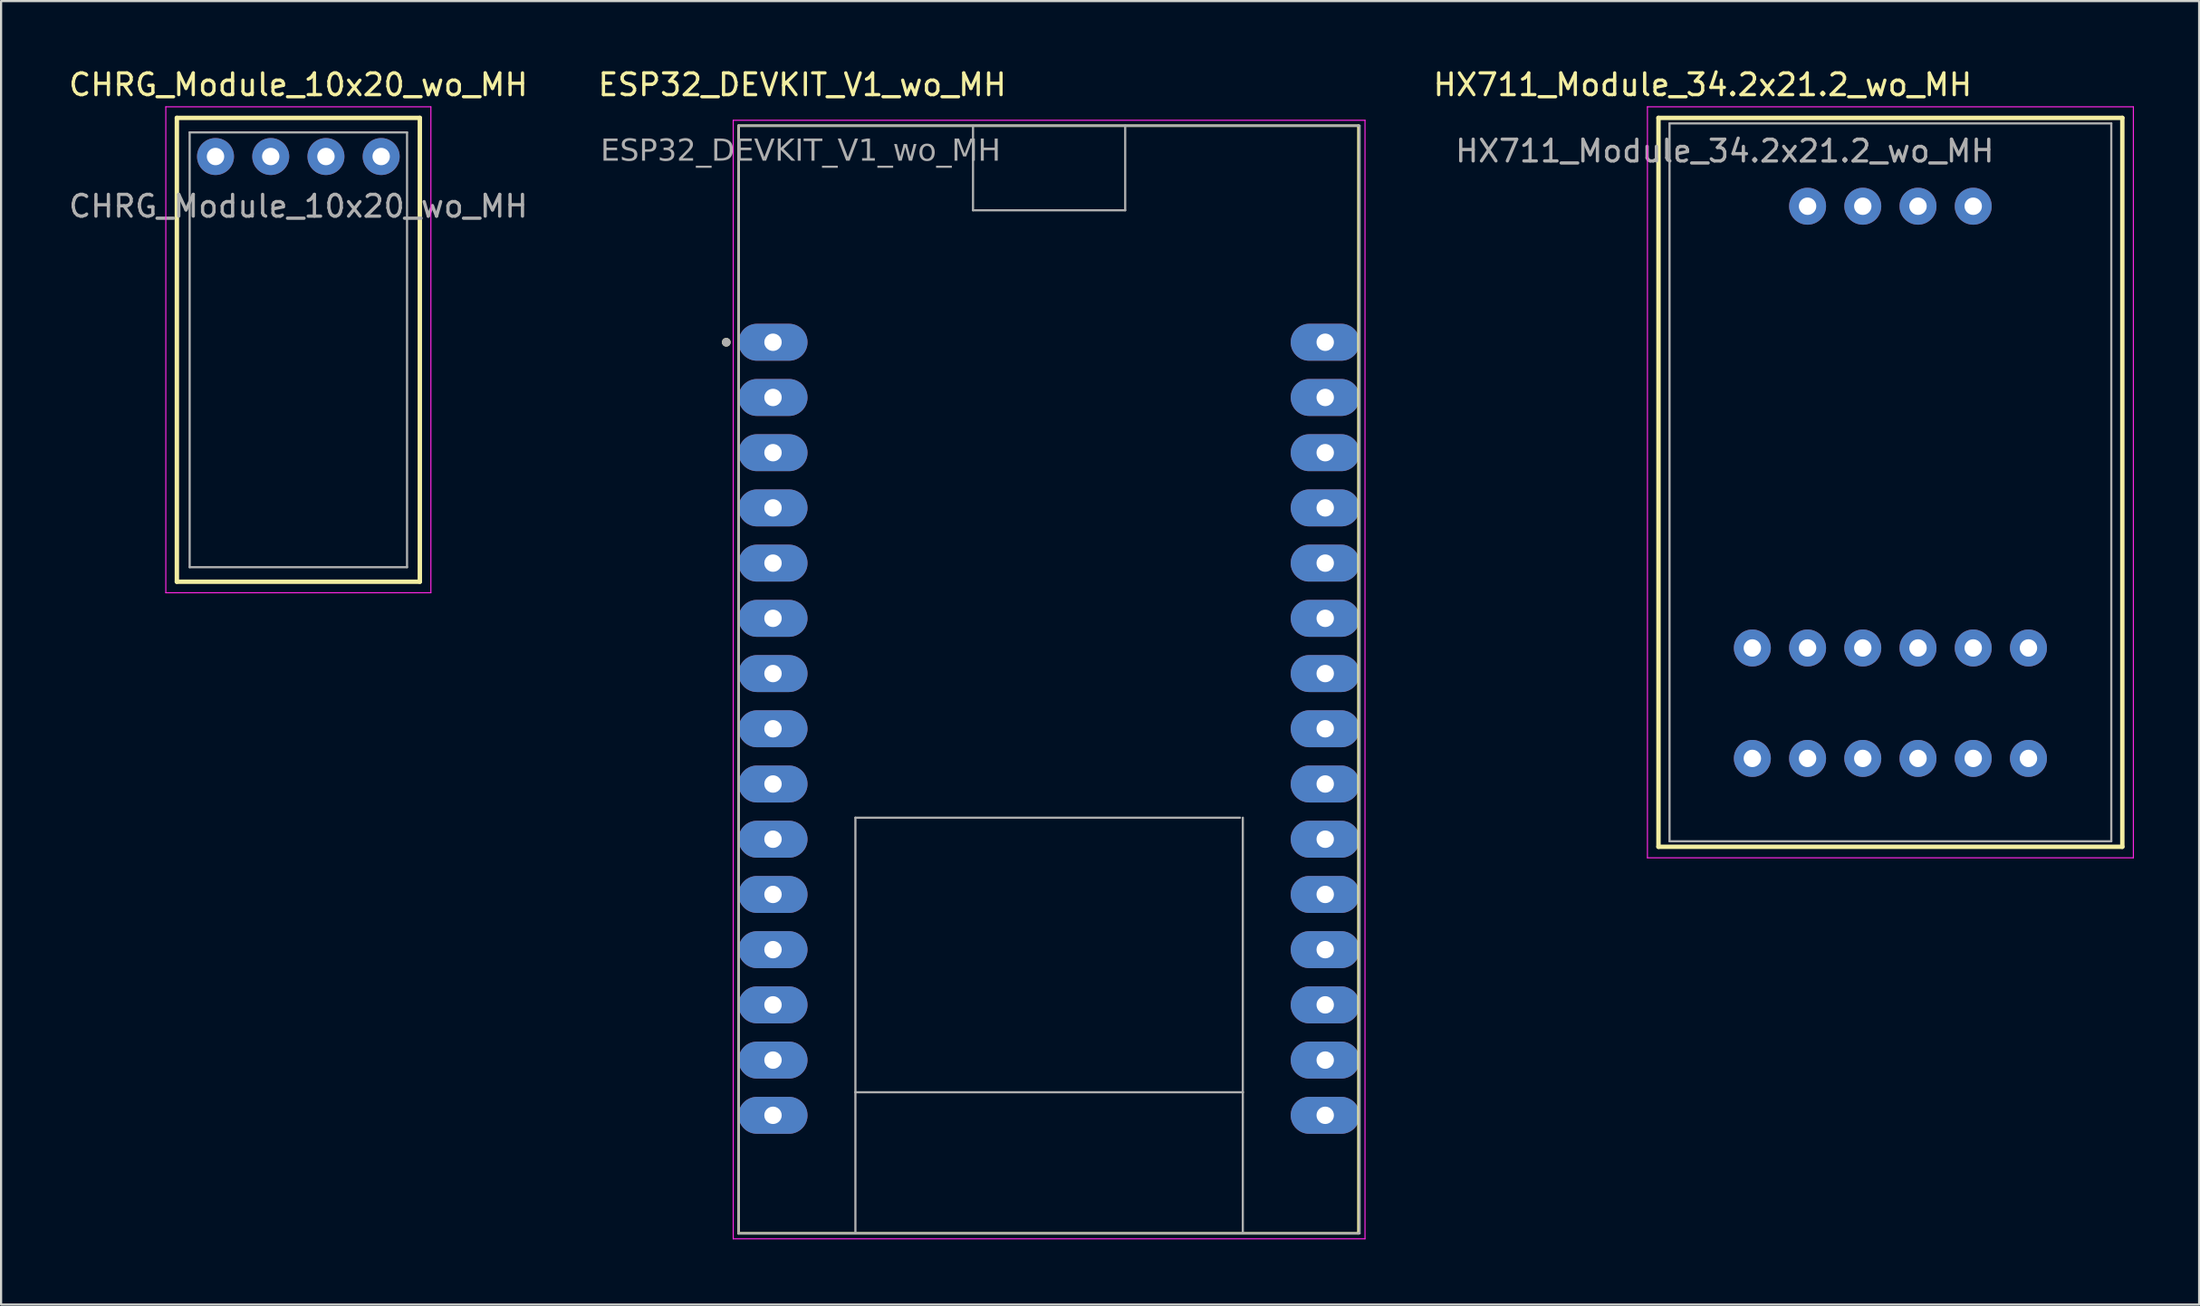
<source format=kicad_pcb>
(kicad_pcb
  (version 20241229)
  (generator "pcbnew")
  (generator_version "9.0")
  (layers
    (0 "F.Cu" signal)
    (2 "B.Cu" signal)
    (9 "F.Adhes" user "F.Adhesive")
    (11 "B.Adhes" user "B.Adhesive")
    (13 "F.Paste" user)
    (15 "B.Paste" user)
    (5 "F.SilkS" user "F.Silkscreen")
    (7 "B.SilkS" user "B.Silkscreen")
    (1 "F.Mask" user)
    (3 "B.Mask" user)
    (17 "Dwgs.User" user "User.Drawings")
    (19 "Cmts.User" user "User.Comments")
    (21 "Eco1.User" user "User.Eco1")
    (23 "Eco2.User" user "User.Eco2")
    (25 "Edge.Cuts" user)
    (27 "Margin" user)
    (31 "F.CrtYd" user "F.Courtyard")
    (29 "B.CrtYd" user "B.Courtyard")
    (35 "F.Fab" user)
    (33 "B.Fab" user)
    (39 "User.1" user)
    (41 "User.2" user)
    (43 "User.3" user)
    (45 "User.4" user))
  (footprint "ESP32_DEVKIT_V1_wo_MH"
    (layer "F.Cu")
    (at 45.206 28.208)
    (property "Reference" "ESP32_DEVKIT_V1_wo_MH" (at -11.355 -27.36 0) (layer "F.SilkS") (effects (font (size 1 1) (thickness 0.15))))
    (attr through_hole)
    (fp_line (start -14.28 -25.475) (end 14.23 -25.475) (stroke (width 0.12) (type solid)) (layer "F.SilkS"))
    (fp_line (start -14.28 25.475) (end -14.28 -25.475) (stroke (width 0.12) (type solid)) (layer "F.SilkS"))
    (fp_line (start 14.23 -25.475) (end 14.23 25.475) (stroke (width 0.12) (type solid)) (layer "F.SilkS"))
    (fp_line (start 14.23 25.475) (end -14.28 25.475) (stroke (width 0.12) (type solid)) (layer "F.SilkS"))
    (fp_circle (center -14.85 -15.515) (end -14.75 -15.515) (stroke (width 0.2) (type solid)) (fill no) (layer "F.SilkS"))
    (fp_line (start -14.53 -25.725) (end -14.53 25.725) (stroke (width 0.05) (type solid)) (layer "F.CrtYd"))
    (fp_line (start -14.53 25.725) (end 14.53 25.725) (stroke (width 0.05) (type solid)) (layer "F.CrtYd"))
    (fp_line (start 14.53 -25.725) (end -14.53 -25.725) (stroke (width 0.05) (type solid)) (layer "F.CrtYd"))
    (fp_line (start 14.53 25.725) (end 14.53 -25.725) (stroke (width 0.05) (type solid)) (layer "F.CrtYd"))
    (fp_line (start -14.28 -25.475) (end -3.211 -25.475) (stroke (width 0.1) (type solid)) (layer "F.Fab"))
    (fp_line (start -14.28 25.475) (end -14.28 -25.475) (stroke (width 0.1) (type solid)) (layer "F.Fab"))
    (fp_line (start -14.28 25.475) (end -8.91 25.475) (stroke (width 0.1) (type solid)) (layer "F.Fab"))
    (fp_line (start -8.91 6.355) (end 8.78 6.355) (stroke (width 0.1) (type solid)) (layer "F.Fab"))
    (fp_line (start -8.91 18.985) (end -8.91 6.355) (stroke (width 0.1) (type solid)) (layer "F.Fab"))
    (fp_line (start -8.91 18.985) (end 8.91 18.985) (stroke (width 0.1) (type solid)) (layer "F.Fab"))
    (fp_line (start -8.91 25.475) (end -8.91 18.985) (stroke (width 0.1) (type solid)) (layer "F.Fab"))
    (fp_line (start -8.91 25.475) (end 8.91 25.475) (stroke (width 0.1) (type solid)) (layer "F.Fab"))
    (fp_line (start -3.5 -21.585) (end -3.5 -25.475) (stroke (width 0.1) (type solid)) (layer "F.Fab"))
    (fp_line (start -3.211 -25.475) (end 3.5 -25.475) (stroke (width 0.1) (type solid)) (layer "F.Fab"))
    (fp_line (start 3.5 -25.475) (end 3.5 -21.585) (stroke (width 0.1) (type solid)) (layer "F.Fab"))
    (fp_line (start 3.5 -25.475) (end 14.28 -25.475) (stroke (width 0.1) (type solid)) (layer "F.Fab"))
    (fp_line (start 3.5 -21.585) (end -3.5 -21.585) (stroke (width 0.1) (type solid)) (layer "F.Fab"))
    (fp_line (start 8.91 6.355) (end 8.91 18.985) (stroke (width 0.1) (type solid)) (layer "F.Fab"))
    (fp_line (start 8.91 18.985) (end 8.91 25.475) (stroke (width 0.1) (type solid)) (layer "F.Fab"))
    (fp_line (start 8.91 25.475) (end 14.28 25.475) (stroke (width 0.1) (type solid)) (layer "F.Fab"))
    (fp_line (start 14.28 -25.475) (end 14.28 25.475) (stroke (width 0.1) (type solid)) (layer "F.Fab"))
    (fp_circle (center -14.85 -15.515) (end -14.75 -15.515) (stroke (width 0.2) (type solid)) (fill no) (layer "F.Fab"))
    (fp_text user "${REFERENCE}" (at -11.43 -24.282 0) (layer "F.Fab") (effects (font (face "Tahoma") (size 1 1) (thickness 0.15))))
    (pad "1" thru_hole oval (at -12.7 -15.515) (size 3.175 1.7) (drill 0.8) (layers "*.Cu" "*.Mask"))
    (pad "2" thru_hole oval (at -12.7 -12.975) (size 3.175 1.7) (drill 0.8) (layers "*.Cu" "*.Mask"))
    (pad "3" thru_hole oval (at -12.7 -10.435) (size 3.175 1.7) (drill 0.8) (layers "*.Cu" "*.Mask"))
    (pad "4" thru_hole oval (at -12.7 -7.895) (size 3.175 1.7) (drill 0.8) (layers "*.Cu" "*.Mask"))
    (pad "5" thru_hole oval (at -12.7 -5.355) (size 3.175 1.7) (drill 0.8) (layers "*.Cu" "*.Mask"))
    (pad "6" thru_hole oval (at -12.7 -2.815) (size 3.175 1.7) (drill 0.8) (layers "*.Cu" "*.Mask"))
    (pad "7" thru_hole oval (at -12.7 -0.275) (size 3.175 1.7) (drill 0.8) (layers "*.Cu" "*.Mask"))
    (pad "8" thru_hole oval (at -12.7 2.265) (size 3.175 1.7) (drill 0.8) (layers "*.Cu" "*.Mask"))
    (pad "9" thru_hole oval (at -12.7 4.805) (size 3.175 1.7) (drill 0.8) (layers "*.Cu" "*.Mask"))
    (pad "10" thru_hole oval (at -12.7 7.345) (size 3.175 1.7) (drill 0.8) (layers "*.Cu" "*.Mask"))
    (pad "11" thru_hole oval (at -12.7 9.885) (size 3.175 1.7) (drill 0.8) (layers "*.Cu" "*.Mask"))
    (pad "12" thru_hole oval (at -12.7 12.425) (size 3.175 1.7) (drill 0.8) (layers "*.Cu" "*.Mask"))
    (pad "13" thru_hole oval (at -12.7 14.965) (size 3.175 1.7) (drill 0.8) (layers "*.Cu" "*.Mask"))
    (pad "14" thru_hole oval (at -12.7 17.505) (size 3.175 1.7) (drill 0.8) (layers "*.Cu" "*.Mask"))
    (pad "15" thru_hole oval (at -12.7 20.045) (size 3.175 1.7) (drill 0.8) (layers "*.Cu" "*.Mask"))
    (pad "16" thru_hole oval (at 12.7 20.045) (size 3.175 1.7) (drill 0.8) (layers "*.Cu" "*.Mask"))
    (pad "17" thru_hole oval (at 12.7 17.505) (size 3.175 1.7) (drill 0.8) (layers "*.Cu" "*.Mask"))
    (pad "18" thru_hole oval (at 12.7 14.965) (size 3.175 1.7) (drill 0.8) (layers "*.Cu" "*.Mask"))
    (pad "19" thru_hole oval (at 12.7 12.425) (size 3.175 1.7) (drill 0.8) (layers "*.Cu" "*.Mask"))
    (pad "20" thru_hole oval (at 12.7 9.885) (size 3.175 1.7) (drill 0.8) (layers "*.Cu" "*.Mask"))
    (pad "21" thru_hole oval (at 12.7 7.345) (size 3.175 1.7) (drill 0.8) (layers "*.Cu" "*.Mask"))
    (pad "22" thru_hole oval (at 12.7 4.805) (size 3.175 1.7) (drill 0.8) (layers "*.Cu" "*.Mask"))
    (pad "23" thru_hole oval (at 12.7 2.265) (size 3.175 1.7) (drill 0.8) (layers "*.Cu" "*.Mask"))
    (pad "24" thru_hole oval (at 12.7 -0.275) (size 3.175 1.7) (drill 0.8) (layers "*.Cu" "*.Mask"))
    (pad "25" thru_hole oval (at 12.7 -2.815) (size 3.175 1.7) (drill 0.8) (layers "*.Cu" "*.Mask"))
    (pad "26" thru_hole oval (at 12.7 -5.355) (size 3.175 1.7) (drill 0.8) (layers "*.Cu" "*.Mask"))
    (pad "27" thru_hole oval (at 12.7 -7.895) (size 3.175 1.7) (drill 0.8) (layers "*.Cu" "*.Mask"))
    (pad "28" thru_hole oval (at 12.7 -10.435) (size 3.175 1.7) (drill 0.8) (layers "*.Cu" "*.Mask"))
    (pad "29" thru_hole oval (at 12.7 -12.975) (size 3.175 1.7) (drill 0.8) (layers "*.Cu" "*.Mask"))
    (pad "30" thru_hole oval (at 12.7 -15.515) (size 3.175 1.7) (drill 0.8) (layers "*.Cu" "*.Mask")))
  (footprint "CHRG_Module_10x20_wo_MH"
    (layer "F.Cu")
    (at 10.673 13.04)
    (property "Reference" "CHRG_Module_10x20_wo_MH" (at 0 -12.192 0) (layer "F.SilkS") (effects (font (size 1 1) (thickness 0.15))))
    (attr through_hole)
    (fp_line (start -5.588 -10.668) (end 5.588 -10.668) (stroke (width 0.203) (type solid)) (layer "F.SilkS"))
    (fp_line (start -5.588 10.668) (end -5.588 -10.668) (stroke (width 0.203) (type solid)) (layer "F.SilkS"))
    (fp_line (start 5.588 -10.668) (end 5.588 10.668) (stroke (width 0.203) (type solid)) (layer "F.SilkS"))
    (fp_line (start 5.588 10.668) (end -5.588 10.668) (stroke (width 0.203) (type solid)) (layer "F.SilkS"))
    (fp_line (start -6.096 -11.176) (end -6.096 11.176) (stroke (width 0.05) (type solid)) (layer "F.CrtYd"))
    (fp_line (start -6.096 11.176) (end 6.096 11.176) (stroke (width 0.05) (type solid)) (layer "F.CrtYd"))
    (fp_line (start 6.096 -11.176) (end -6.096 -11.176) (stroke (width 0.05) (type solid)) (layer "F.CrtYd"))
    (fp_line (start 6.096 11.176) (end 6.096 -11.176) (stroke (width 0.05) (type solid)) (layer "F.CrtYd"))
    (fp_line (start -5 -10) (end 5 -10) (stroke (width 0.1) (type solid)) (layer "F.Fab"))
    (fp_line (start -5 10) (end -5 -10) (stroke (width 0.1) (type solid)) (layer "F.Fab"))
    (fp_line (start -5 10) (end 5 10) (stroke (width 0.1) (type solid)) (layer "F.Fab"))
    (fp_line (start 5 -10) (end 5 10) (stroke (width 0.1) (type solid)) (layer "F.Fab"))
    (fp_text user "${REFERENCE}" (at 0 -6.604 0) (layer "F.Fab") (effects (font (size 1 1) (thickness 0.15))))
    (pad "1" thru_hole circle (at -3.81 -8.89) (size 1.7 1.7) (drill 0.8) (layers "*.Cu" "*.Mask"))
    (pad "2" thru_hole circle (at -1.27 -8.89) (size 1.7 1.7) (drill 0.8) (layers "*.Cu" "*.Mask"))
    (pad "3" thru_hole circle (at 1.27 -8.89) (size 1.7 1.7) (drill 0.8) (layers "*.Cu" "*.Mask"))
    (pad "4" thru_hole circle (at 3.81 -8.89) (size 1.7 1.7) (drill 0.8) (layers "*.Cu" "*.Mask")))
  (footprint "HX711_Module_34.2x21.2_wo_MH"
    (layer "F.Cu")
    (at 83.903 19.136)
    (property "Reference" "HX711_Module_34.2x21.2_wo_MH" (at -8.636 -18.288 0) (layer "F.SilkS") (effects (font (size 1 1) (thickness 0.15))))
    (attr through_hole)
    (fp_line (start -10.668 -16.764) (end 10.668 -16.764) (stroke (width 0.203) (type solid)) (layer "F.SilkS"))
    (fp_line (start -10.668 16.764) (end -10.668 -16.764) (stroke (width 0.203) (type solid)) (layer "F.SilkS"))
    (fp_line (start 10.668 -16.764) (end 10.668 16.764) (stroke (width 0.203) (type solid)) (layer "F.SilkS"))
    (fp_line (start 10.668 16.764) (end -10.668 16.764) (stroke (width 0.203) (type solid)) (layer "F.SilkS"))
    (fp_line (start -11.176 -17.272) (end -11.176 17.272) (stroke (width 0.05) (type solid)) (layer "F.CrtYd"))
    (fp_line (start -11.176 17.272) (end 11.176 17.272) (stroke (width 0.05) (type solid)) (layer "F.CrtYd"))
    (fp_line (start 11.176 -17.272) (end -11.176 -17.272) (stroke (width 0.05) (type solid)) (layer "F.CrtYd"))
    (fp_line (start 11.176 17.272) (end 11.176 -17.272) (stroke (width 0.05) (type solid)) (layer "F.CrtYd"))
    (fp_line (start -10.16 -16.51) (end 10.16 -16.51) (stroke (width 0.1) (type solid)) (layer "F.Fab"))
    (fp_line (start -10.16 16.51) (end -10.16 -16.51) (stroke (width 0.1) (type solid)) (layer "F.Fab"))
    (fp_line (start -10.16 16.51) (end 10.16 16.51) (stroke (width 0.1) (type solid)) (layer "F.Fab"))
    (fp_line (start 10.16 -16.51) (end 10.16 16.51) (stroke (width 0.1) (type solid)) (layer "F.Fab"))
    (fp_text user "${REFERENCE}" (at -7.62 -15.24 0) (layer "F.Fab") (effects (font (size 1 1) (thickness 0.15))))
    (pad "1" thru_hole circle (at -6.35 7.62) (size 1.7 1.7) (drill 0.8) (layers "*.Cu" "*.Mask"))
    (pad "1" thru_hole circle (at -6.35 12.7) (size 1.7 1.7) (drill 0.8) (layers "*.Cu" "*.Mask"))
    (pad "2" thru_hole circle (at -3.81 7.62) (size 1.7 1.7) (drill 0.8) (layers "*.Cu" "*.Mask"))
    (pad "2" thru_hole circle (at -3.81 12.7) (size 1.7 1.7) (drill 0.8) (layers "*.Cu" "*.Mask"))
    (pad "3" thru_hole circle (at -1.27 7.62) (size 1.7 1.7) (drill 0.8) (layers "*.Cu" "*.Mask"))
    (pad "3" thru_hole circle (at -1.27 12.7) (size 1.7 1.7) (drill 0.8) (layers "*.Cu" "*.Mask"))
    (pad "4" thru_hole circle (at 1.27 7.62) (size 1.7 1.7) (drill 0.8) (layers "*.Cu" "*.Mask"))
    (pad "4" thru_hole circle (at 1.27 12.7) (size 1.7 1.7) (drill 0.8) (layers "*.Cu" "*.Mask"))
    (pad "5" thru_hole circle (at 3.81 7.62) (size 1.7 1.7) (drill 0.8) (layers "*.Cu" "*.Mask"))
    (pad "5" thru_hole circle (at 3.81 12.7) (size 1.7 1.7) (drill 0.8) (layers "*.Cu" "*.Mask"))
    (pad "6" thru_hole circle (at 6.35 7.62) (size 1.7 1.7) (drill 0.8) (layers "*.Cu" "*.Mask"))
    (pad "6" thru_hole circle (at 6.35 12.7) (size 1.7 1.7) (drill 0.8) (layers "*.Cu" "*.Mask"))
    (pad "7" thru_hole circle (at -3.81 -12.7) (size 1.7 1.7) (drill 0.8) (layers "*.Cu" "*.Mask"))
    (pad "8" thru_hole circle (at -1.27 -12.7) (size 1.7 1.7) (drill 0.8) (layers "*.Cu" "*.Mask"))
    (pad "9" thru_hole circle (at 1.27 -12.7) (size 1.7 1.7) (drill 0.8) (layers "*.Cu" "*.Mask"))
    (pad "10" thru_hole circle (at 3.81 -12.7) (size 1.7 1.7) (drill 0.8) (layers "*.Cu" "*.Mask")))
  (gr_rect
    (start -3 -3)
    (end 98.104 56.958)
    (stroke (width 0.1) (type default))
    (fill no)
    (layer "Edge.Cuts")))
</source>
